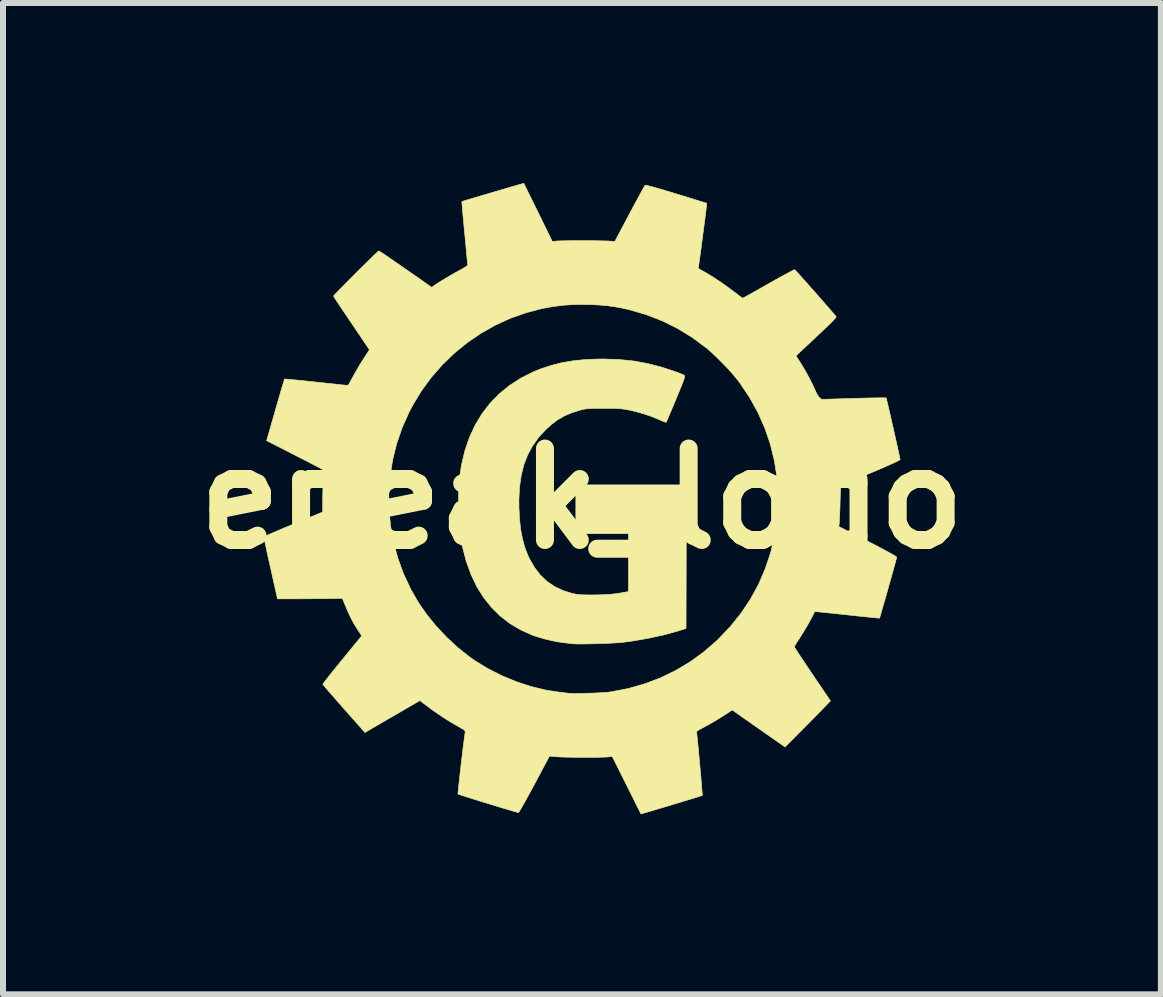
<source format=kicad_pcb>
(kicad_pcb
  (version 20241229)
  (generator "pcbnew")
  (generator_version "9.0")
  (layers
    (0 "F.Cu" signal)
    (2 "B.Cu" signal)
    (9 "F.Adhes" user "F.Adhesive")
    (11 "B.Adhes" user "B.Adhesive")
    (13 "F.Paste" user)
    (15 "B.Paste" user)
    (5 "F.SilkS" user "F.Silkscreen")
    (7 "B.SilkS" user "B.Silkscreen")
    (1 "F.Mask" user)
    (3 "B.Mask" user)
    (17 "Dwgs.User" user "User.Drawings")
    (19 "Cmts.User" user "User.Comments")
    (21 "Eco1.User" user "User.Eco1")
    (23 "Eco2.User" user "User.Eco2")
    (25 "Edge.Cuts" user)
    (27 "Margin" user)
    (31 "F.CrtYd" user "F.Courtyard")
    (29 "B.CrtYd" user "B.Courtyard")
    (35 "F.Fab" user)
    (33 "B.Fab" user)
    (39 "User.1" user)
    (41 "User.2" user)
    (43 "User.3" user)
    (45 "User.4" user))
  (footprint "epeak_logo"
    (layer "F.Cu")
    (at 6.648 5.259)
    (property "Reference" "epeak_logo" (at 0 0 0) (layer "F.SilkS") (effects (font (size 1.524 1.524) (thickness 0.3))))
    (attr through_hole)
    (fp_poly (pts (xy 0.608 -2.319) (xy 0.855 -2.294) (xy 1.095 -2.251) (xy 1.337 -2.188) (xy 1.564 -2.113) (xy 1.618 -2.093) (xy 1.664 -2.074) (xy 1.696 -2.059) (xy 1.706 -2.053) (xy 1.71 -2.046) (xy 1.711 -2.034) (xy 1.706 -2.013) (xy 1.697 -1.981) (xy 1.68 -1.937) (xy 1.657 -1.877) (xy 1.625 -1.799) (xy 1.585 -1.702) (xy 1.567 -1.657) (xy 1.528 -1.565) (xy 1.493 -1.481) (xy 1.461 -1.407) (xy 1.436 -1.346) (xy 1.417 -1.302) (xy 1.405 -1.276) (xy 1.403 -1.271) (xy 1.39 -1.274) (xy 1.359 -1.285) (xy 1.316 -1.303) (xy 1.293 -1.314) (xy 1.157 -1.37) (xy 1.006 -1.42) (xy 0.851 -1.461) (xy 0.785 -1.476) (xy 0.732 -1.486) (xy 0.684 -1.493) (xy 0.634 -1.499) (xy 0.577 -1.502) (xy 0.509 -1.504) (xy 0.424 -1.505) (xy 0.362 -1.505) (xy 0.267 -1.504) (xy 0.193 -1.503) (xy 0.135 -1.501) (xy 0.089 -1.498) (xy 0.05 -1.493) (xy 0.013 -1.486) (xy -0.023 -1.477) (xy -0.166 -1.432) (xy -0.292 -1.379) (xy -0.405 -1.314) (xy -0.513 -1.232) (xy -0.611 -1.143) (xy -0.728 -1.014) (xy -0.826 -0.875) (xy -0.906 -0.726) (xy -0.968 -0.565) (xy -1.012 -0.389) (xy -1.04 -0.198) (xy -1.051 0.011) (xy -1.05 0.159) (xy -1.04 0.348) (xy -1.021 0.518) (xy -0.992 0.67) (xy -0.953 0.811) (xy -0.903 0.942) (xy -0.877 0.997) (xy -0.793 1.145) (xy -0.695 1.273) (xy -0.583 1.379) (xy -0.455 1.466) (xy -0.312 1.533) (xy -0.193 1.571) (xy -0.147 1.583) (xy -0.105 1.592) (xy -0.064 1.598) (xy -0.016 1.602) (xy 0.043 1.604) (xy 0.119 1.605) (xy 0.171 1.605) (xy 0.317 1.603) (xy 0.445 1.597) (xy 0.562 1.585) (xy 0.676 1.567) (xy 0.708 1.561) (xy 0.775 1.548) (xy 0.775 0.584) (xy -0.102 0.584) (xy -0.102 -0.229) (xy 1.74 -0.229) (xy 1.737 0.968) (xy 1.734 2.164) (xy 1.619 2.2) (xy 1.378 2.268) (xy 1.118 2.325) (xy 0.847 2.372) (xy 0.679 2.395) (xy 0.627 2.4) (xy 0.557 2.404) (xy 0.474 2.409) (xy 0.381 2.413) (xy 0.284 2.416) (xy 0.187 2.419) (xy 0.093 2.421) (xy 0.007 2.422) (xy -0.066 2.422) (xy -0.122 2.421) (xy -0.158 2.418) (xy -0.159 2.418) (xy -0.188 2.415) (xy -0.235 2.409) (xy -0.291 2.402) (xy -0.318 2.399) (xy -0.413 2.385) (xy -0.522 2.362) (xy -0.634 2.335) (xy -0.738 2.305) (xy -0.818 2.278) (xy -1.015 2.191) (xy -1.195 2.085) (xy -1.359 1.959) (xy -1.506 1.814) (xy -1.637 1.651) (xy -1.751 1.469) (xy -1.847 1.268) (xy -1.927 1.05) (xy -1.989 0.813) (xy -2.026 0.61) (xy -2.035 0.534) (xy -2.043 0.438) (xy -2.049 0.328) (xy -2.053 0.21) (xy -2.055 0.089) (xy -2.056 -0.029) (xy -2.055 -0.139) (xy -2.051 -0.235) (xy -2.046 -0.308) (xy -2.008 -0.561) (xy -1.951 -0.799) (xy -1.875 -1.021) (xy -1.779 -1.227) (xy -1.664 -1.417) (xy -1.53 -1.591) (xy -1.378 -1.747) (xy -1.207 -1.886) (xy -1.018 -2.008) (xy -0.812 -2.112) (xy -0.686 -2.163) (xy -0.512 -2.22) (xy -0.334 -2.265) (xy -0.147 -2.297) (xy 0.053 -2.317) (xy 0.27 -2.326) (xy 0.349 -2.327) (xy 0.608 -2.319)) (stroke (width 0.01) (type solid)) (fill yes) (layer "F.SilkS"))
    (fp_poly (pts (xy -0.964 -5.242) (xy -0.948 -5.21) (xy -0.923 -5.16) (xy -0.891 -5.094) (xy -0.852 -5.015) (xy -0.808 -4.925) (xy -0.759 -4.826) (xy -0.731 -4.769) (xy -0.495 -4.286) (xy -0.416 -4.293) (xy -0.381 -4.294) (xy -0.325 -4.296) (xy -0.253 -4.297) (xy -0.17 -4.298) (xy -0.079 -4.299) (xy -0.013 -4.299) (xy 0.083 -4.299) (xy 0.178 -4.298) (xy 0.267 -4.297) (xy 0.343 -4.295) (xy 0.403 -4.294) (xy 0.429 -4.293) (xy 0.548 -4.286) (xy 0.793 -4.748) (xy 0.846 -4.848) (xy 0.896 -4.941) (xy 0.942 -5.025) (xy 0.981 -5.097) (xy 1.013 -5.155) (xy 1.036 -5.196) (xy 1.049 -5.219) (xy 1.051 -5.222) (xy 1.067 -5.222) (xy 1.106 -5.213) (xy 1.169 -5.197) (xy 1.254 -5.173) (xy 1.362 -5.142) (xy 1.492 -5.103) (xy 1.57 -5.079) (xy 1.678 -5.046) (xy 1.779 -5.015) (xy 1.869 -4.987) (xy 1.946 -4.963) (xy 2.008 -4.944) (xy 2.052 -4.931) (xy 2.076 -4.923) (xy 2.079 -4.922) (xy 2.078 -4.91) (xy 2.075 -4.875) (xy 2.068 -4.821) (xy 2.06 -4.752) (xy 2.05 -4.67) (xy 2.038 -4.579) (xy 2.025 -4.482) (xy 2.012 -4.382) (xy 1.999 -4.282) (xy 1.986 -4.185) (xy 1.974 -4.094) (xy 1.963 -4.014) (xy 1.953 -3.946) (xy 1.946 -3.894) (xy 1.94 -3.861) (xy 1.938 -3.85) (xy 1.943 -3.837) (xy 1.967 -3.818) (xy 1.984 -3.809) (xy 2.078 -3.757) (xy 2.187 -3.69) (xy 2.304 -3.613) (xy 2.424 -3.528) (xy 2.545 -3.438) (xy 2.577 -3.414) (xy 2.618 -3.382) (xy 2.652 -3.357) (xy 2.674 -3.342) (xy 2.678 -3.34) (xy 2.691 -3.346) (xy 2.723 -3.364) (xy 2.772 -3.391) (xy 2.836 -3.426) (xy 2.912 -3.469) (xy 2.998 -3.518) (xy 3.092 -3.571) (xy 3.11 -3.581) (xy 3.205 -3.635) (xy 3.292 -3.684) (xy 3.371 -3.727) (xy 3.438 -3.763) (xy 3.491 -3.791) (xy 3.527 -3.809) (xy 3.543 -3.816) (xy 3.544 -3.816) (xy 3.556 -3.804) (xy 3.582 -3.776) (xy 3.62 -3.734) (xy 3.668 -3.681) (xy 3.725 -3.618) (xy 3.786 -3.548) (xy 3.852 -3.474) (xy 3.918 -3.399) (xy 3.984 -3.324) (xy 4.046 -3.253) (xy 4.103 -3.187) (xy 4.153 -3.13) (xy 4.193 -3.083) (xy 4.221 -3.05) (xy 4.236 -3.032) (xy 4.237 -3.03) (xy 4.229 -3.017) (xy 4.205 -2.989) (xy 4.165 -2.947) (xy 4.111 -2.893) (xy 4.045 -2.829) (xy 3.968 -2.756) (xy 3.947 -2.737) (xy 3.873 -2.667) (xy 3.803 -2.601) (xy 3.739 -2.542) (xy 3.685 -2.491) (xy 3.643 -2.452) (xy 3.616 -2.426) (xy 3.609 -2.42) (xy 3.567 -2.379) (xy 3.655 -2.241) (xy 3.72 -2.133) (xy 3.784 -2.016) (xy 3.843 -1.9) (xy 3.892 -1.792) (xy 3.898 -1.778) (xy 3.92 -1.735) (xy 3.945 -1.697) (xy 3.961 -1.681) (xy 3.995 -1.654) (xy 4.528 -1.67) (xy 4.642 -1.673) (xy 4.748 -1.676) (xy 4.843 -1.678) (xy 4.925 -1.679) (xy 4.991 -1.68) (xy 5.038 -1.679) (xy 5.064 -1.679) (xy 5.068 -1.678) (xy 5.072 -1.665) (xy 5.081 -1.63) (xy 5.094 -1.576) (xy 5.11 -1.508) (xy 5.129 -1.427) (xy 5.149 -1.337) (xy 5.171 -1.242) (xy 5.193 -1.144) (xy 5.215 -1.047) (xy 5.236 -0.954) (xy 5.255 -0.867) (xy 5.272 -0.791) (xy 5.286 -0.728) (xy 5.295 -0.682) (xy 5.3 -0.655) (xy 5.301 -0.651) (xy 5.29 -0.642) (xy 5.256 -0.624) (xy 5.201 -0.597) (xy 5.125 -0.563) (xy 5.03 -0.521) (xy 4.917 -0.473) (xy 4.832 -0.437) (xy 4.729 -0.394) (xy 4.632 -0.354) (xy 4.544 -0.318) (xy 4.468 -0.286) (xy 4.407 -0.261) (xy 4.363 -0.244) (xy 4.339 -0.235) (xy 4.336 -0.234) (xy 4.327 -0.231) (xy 4.321 -0.224) (xy 4.316 -0.212) (xy 4.312 -0.19) (xy 4.309 -0.155) (xy 4.306 -0.105) (xy 4.304 -0.037) (xy 4.301 0.053) (xy 4.301 0.08) (xy 4.298 0.168) (xy 4.295 0.25) (xy 4.292 0.32) (xy 4.289 0.376) (xy 4.287 0.413) (xy 4.285 0.425) (xy 4.279 0.464) (xy 4.762 0.711) (xy 4.864 0.763) (xy 4.959 0.813) (xy 5.044 0.858) (xy 5.117 0.898) (xy 5.176 0.931) (xy 5.218 0.955) (xy 5.241 0.971) (xy 5.245 0.975) (xy 5.242 0.989) (xy 5.232 1.025) (xy 5.218 1.078) (xy 5.199 1.147) (xy 5.177 1.227) (xy 5.152 1.317) (xy 5.125 1.411) (xy 5.098 1.508) (xy 5.071 1.604) (xy 5.045 1.696) (xy 5.02 1.781) (xy 4.999 1.856) (xy 4.981 1.917) (xy 4.968 1.962) (xy 4.96 1.987) (xy 4.959 1.991) (xy 4.946 1.991) (xy 4.911 1.988) (xy 4.855 1.982) (xy 4.782 1.975) (xy 4.695 1.966) (xy 4.595 1.956) (xy 4.485 1.944) (xy 4.419 1.937) (xy 4.306 1.925) (xy 4.2 1.913) (xy 4.105 1.904) (xy 4.023 1.895) (xy 3.957 1.889) (xy 3.91 1.884) (xy 3.884 1.882) (xy 3.88 1.882) (xy 3.873 1.895) (xy 3.858 1.924) (xy 3.838 1.963) (xy 3.837 1.965) (xy 3.795 2.043) (xy 3.744 2.134) (xy 3.687 2.229) (xy 3.631 2.319) (xy 3.603 2.362) (xy 3.574 2.405) (xy 3.553 2.441) (xy 3.541 2.465) (xy 3.539 2.47) (xy 3.546 2.483) (xy 3.566 2.514) (xy 3.597 2.563) (xy 3.638 2.625) (xy 3.688 2.7) (xy 3.744 2.784) (xy 3.806 2.876) (xy 3.84 2.927) (xy 4.141 3.371) (xy 4.048 3.466) (xy 4.016 3.5) (xy 3.969 3.548) (xy 3.91 3.608) (xy 3.842 3.676) (xy 3.77 3.75) (xy 3.695 3.826) (xy 3.67 3.851) (xy 3.385 4.139) (xy 3.048 3.904) (xy 2.961 3.843) (xy 2.875 3.783) (xy 2.794 3.726) (xy 2.722 3.676) (xy 2.663 3.634) (xy 2.619 3.603) (xy 2.608 3.595) (xy 2.504 3.521) (xy 2.43 3.571) (xy 2.365 3.613) (xy 2.287 3.662) (xy 2.204 3.712) (xy 2.121 3.76) (xy 2.047 3.801) (xy 1.994 3.829) (xy 1.949 3.853) (xy 1.923 3.87) (xy 1.911 3.885) (xy 1.91 3.9) (xy 1.911 3.902) (xy 1.914 3.924) (xy 1.919 3.967) (xy 1.925 4.028) (xy 1.932 4.102) (xy 1.941 4.188) (xy 1.949 4.282) (xy 1.958 4.38) (xy 1.967 4.48) (xy 1.976 4.578) (xy 1.984 4.671) (xy 1.991 4.756) (xy 1.997 4.829) (xy 2.001 4.887) (xy 2.004 4.927) (xy 2.004 4.946) (xy 2.004 4.947) (xy 1.991 4.952) (xy 1.956 4.963) (xy 1.903 4.98) (xy 1.833 5.001) (xy 1.75 5.026) (xy 1.655 5.055) (xy 1.553 5.086) (xy 1.446 5.118) (xy 1.335 5.151) (xy 1.225 5.184) (xy 1.117 5.216) (xy 1.047 5.236) (xy 0.983 5.255) (xy 0.743 4.774) (xy 0.503 4.294) (xy 0.445 4.303) (xy 0.412 4.306) (xy 0.359 4.308) (xy 0.288 4.31) (xy 0.204 4.311) (xy 0.111 4.311) (xy 0.014 4.311) (xy -0.085 4.311) (xy -0.179 4.31) (xy -0.266 4.308) (xy -0.341 4.306) (xy -0.4 4.303) (xy -0.427 4.301) (xy -0.542 4.291) (xy -0.793 4.762) (xy -0.847 4.862) (xy -0.898 4.955) (xy -0.944 5.039) (xy -0.984 5.11) (xy -1.016 5.167) (xy -1.041 5.208) (xy -1.055 5.229) (xy -1.059 5.232) (xy -1.074 5.228) (xy -1.111 5.218) (xy -1.165 5.202) (xy -1.234 5.182) (xy -1.315 5.158) (xy -1.404 5.131) (xy -1.498 5.102) (xy -1.594 5.073) (xy -1.689 5.044) (xy -1.78 5.015) (xy -1.864 4.989) (xy -1.937 4.966) (xy -1.996 4.947) (xy -2.039 4.933) (xy -2.063 4.925) (xy -2.066 4.923) (xy -2.066 4.91) (xy -2.063 4.875) (xy -2.058 4.821) (xy -2.05 4.751) (xy -2.041 4.669) (xy -2.031 4.578) (xy -2.02 4.482) (xy -2.009 4.383) (xy -1.997 4.285) (xy -1.986 4.191) (xy -1.975 4.104) (xy -1.965 4.027) (xy -1.957 3.965) (xy -1.95 3.919) (xy -1.948 3.904) (xy -1.946 3.884) (xy -1.95 3.869) (xy -1.964 3.854) (xy -1.993 3.836) (xy -2.04 3.809) (xy -2.04 3.809) (xy -2.174 3.732) (xy -2.315 3.644) (xy -2.454 3.549) (xy -2.558 3.473) (xy -2.702 3.365) (xy -3.119 3.608) (xy -3.215 3.663) (xy -3.304 3.715) (xy -3.386 3.763) (xy -3.456 3.804) (xy -3.513 3.837) (xy -3.554 3.861) (xy -3.575 3.874) (xy -3.576 3.874) (xy -3.615 3.898) (xy -3.966 3.502) (xy -4.041 3.417) (xy -4.11 3.337) (xy -4.173 3.265) (xy -4.227 3.204) (xy -4.27 3.154) (xy -4.3 3.118) (xy -4.316 3.097) (xy -4.319 3.094) (xy -4.312 3.082) (xy -4.29 3.053) (xy -4.256 3.008) (xy -4.21 2.95) (xy -4.155 2.881) (xy -4.092 2.803) (xy -4.024 2.719) (xy -3.996 2.685) (xy -3.67 2.287) (xy -3.739 2.182) (xy -3.783 2.112) (xy -3.82 2.047) (xy -3.855 1.98) (xy -3.891 1.903) (xy -3.931 1.811) (xy -3.936 1.799) (xy -3.994 1.661) (xy -4.261 1.666) (xy -4.364 1.667) (xy -4.482 1.668) (xy -4.605 1.669) (xy -4.722 1.67) (xy -4.801 1.67) (xy -5.074 1.67) (xy -5.189 1.156) (xy -5.214 1.045) (xy -5.237 0.943) (xy -5.257 0.85) (xy -5.274 0.771) (xy -5.288 0.708) (xy -5.297 0.663) (xy -5.301 0.638) (xy -5.302 0.635) (xy -5.29 0.629) (xy -5.256 0.614) (xy -5.205 0.592) (xy -5.137 0.563) (xy -5.055 0.528) (xy -4.963 0.489) (xy -4.861 0.447) (xy -4.81 0.426) (xy -4.321 0.223) (xy -4.32 -0.025) (xy -4.319 -0.094) (xy -3.219 -0.094) (xy -3.216 0.182) (xy -3.189 0.457) (xy -3.14 0.729) (xy -3.067 0.996) (xy -2.972 1.257) (xy -2.853 1.51) (xy -2.726 1.731) (xy -2.588 1.93) (xy -2.43 2.125) (xy -2.255 2.31) (xy -2.07 2.482) (xy -1.878 2.635) (xy -1.781 2.703) (xy -1.562 2.836) (xy -1.33 2.953) (xy -1.088 3.053) (xy -0.842 3.133) (xy -0.596 3.192) (xy -0.381 3.225) (xy -0.324 3.231) (xy -0.272 3.238) (xy -0.233 3.242) (xy -0.222 3.244) (xy -0.186 3.246) (xy -0.129 3.248) (xy -0.057 3.247) (xy 0.026 3.246) (xy 0.115 3.243) (xy 0.205 3.24) (xy 0.291 3.236) (xy 0.369 3.231) (xy 0.433 3.226) (xy 0.476 3.221) (xy 0.764 3.166) (xy 1.041 3.088) (xy 1.307 2.987) (xy 1.562 2.864) (xy 1.804 2.719) (xy 2.034 2.552) (xy 2.25 2.364) (xy 2.272 2.343) (xy 2.473 2.131) (xy 2.653 1.907) (xy 2.81 1.671) (xy 2.945 1.423) (xy 3.056 1.163) (xy 3.146 0.893) (xy 3.212 0.612) (xy 3.246 0.394) (xy 3.254 0.314) (xy 3.259 0.216) (xy 3.263 0.107) (xy 3.264 -0.007) (xy 3.263 -0.118) (xy 3.26 -0.221) (xy 3.255 -0.308) (xy 3.252 -0.338) (xy 3.207 -0.628) (xy 3.139 -0.907) (xy 3.047 -1.176) (xy 2.932 -1.435) (xy 2.794 -1.685) (xy 2.632 -1.926) (xy 2.58 -1.994) (xy 2.517 -2.07) (xy 2.44 -2.157) (xy 2.353 -2.248) (xy 2.263 -2.338) (xy 2.175 -2.422) (xy 2.094 -2.494) (xy 2.067 -2.516) (xy 1.834 -2.688) (xy 1.59 -2.837) (xy 1.336 -2.963) (xy 1.071 -3.066) (xy 0.796 -3.146) (xy 0.781 -3.15) (xy 0.651 -3.179) (xy 0.53 -3.2) (xy 0.41 -3.216) (xy 0.283 -3.227) (xy 0.14 -3.233) (xy 0.108 -3.234) (xy -0.099 -3.235) (xy -0.292 -3.224) (xy -0.482 -3.201) (xy -0.662 -3.168) (xy -0.931 -3.098) (xy -1.193 -3.005) (xy -1.445 -2.89) (xy -1.686 -2.753) (xy -1.915 -2.597) (xy -2.13 -2.421) (xy -2.329 -2.228) (xy -2.513 -2.018) (xy -2.678 -1.792) (xy -2.823 -1.552) (xy -2.882 -1.439) (xy -2.997 -1.18) (xy -3.088 -0.915) (xy -3.155 -0.645) (xy -3.199 -0.37) (xy -3.219 -0.094) (xy -4.319 -0.094) (xy -4.318 -0.11) (xy -4.316 -0.194) (xy -4.314 -0.27) (xy -4.311 -0.332) (xy -4.308 -0.372) (xy -4.298 -0.471) (xy -4.362 -0.507) (xy -4.388 -0.521) (xy -4.434 -0.545) (xy -4.496 -0.577) (xy -4.572 -0.617) (xy -4.658 -0.661) (xy -4.752 -0.709) (xy -4.84 -0.754) (xy -5.255 -0.966) (xy -5.108 -1.477) (xy -5.077 -1.586) (xy -5.047 -1.687) (xy -5.021 -1.779) (xy -4.998 -1.857) (xy -4.979 -1.92) (xy -4.966 -1.965) (xy -4.959 -1.989) (xy -4.957 -1.993) (xy -4.944 -1.993) (xy -4.908 -1.99) (xy -4.853 -1.985) (xy -4.78 -1.978) (xy -4.693 -1.97) (xy -4.594 -1.959) (xy -4.486 -1.948) (xy -4.448 -1.944) (xy -4.337 -1.932) (xy -4.233 -1.921) (xy -4.139 -1.911) (xy -4.058 -1.902) (xy -3.994 -1.895) (xy -3.947 -1.891) (xy -3.923 -1.888) (xy -3.92 -1.888) (xy -3.894 -1.895) (xy -3.885 -1.905) (xy -3.875 -1.923) (xy -3.856 -1.959) (xy -3.83 -2.006) (xy -3.802 -2.057) (xy -3.765 -2.123) (xy -3.72 -2.2) (xy -3.673 -2.278) (xy -3.636 -2.335) (xy -3.542 -2.48) (xy -3.576 -2.532) (xy -3.591 -2.555) (xy -3.619 -2.595) (xy -3.657 -2.651) (xy -3.703 -2.721) (xy -3.757 -2.8) (xy -3.815 -2.886) (xy -3.875 -2.975) (xy -3.935 -3.064) (xy -3.991 -3.146) (xy -4.039 -3.219) (xy -4.08 -3.281) (xy -4.112 -3.329) (xy -4.132 -3.361) (xy -4.14 -3.375) (xy -4.14 -3.375) (xy -4.132 -3.386) (xy -4.107 -3.413) (xy -4.069 -3.452) (xy -4.02 -3.503) (xy -3.961 -3.562) (xy -3.896 -3.628) (xy -3.827 -3.697) (xy -3.756 -3.769) (xy -3.685 -3.84) (xy -3.616 -3.907) (xy -3.552 -3.97) (xy -3.496 -4.025) (xy -3.449 -4.071) (xy -3.413 -4.105) (xy -3.392 -4.124) (xy -3.386 -4.128) (xy -3.374 -4.121) (xy -3.344 -4.103) (xy -3.296 -4.071) (xy -3.23 -4.026) (xy -3.146 -3.968) (xy -3.042 -3.896) (xy -2.918 -3.81) (xy -2.774 -3.71) (xy -2.734 -3.682) (xy -2.503 -3.52) (xy -2.471 -3.545) (xy -2.438 -3.568) (xy -2.387 -3.601) (xy -2.324 -3.64) (xy -2.252 -3.683) (xy -2.178 -3.727) (xy -2.104 -3.769) (xy -2.041 -3.803) (xy -1.989 -3.832) (xy -1.946 -3.858) (xy -1.916 -3.879) (xy -1.905 -3.89) (xy -1.905 -3.89) (xy -1.906 -3.906) (xy -1.91 -3.944) (xy -1.915 -4.002) (xy -1.922 -4.077) (xy -1.93 -4.166) (xy -1.94 -4.267) (xy -1.95 -4.376) (xy -1.955 -4.426) (xy -1.966 -4.538) (xy -1.975 -4.642) (xy -1.984 -4.735) (xy -1.991 -4.815) (xy -1.996 -4.879) (xy -2 -4.924) (xy -2.001 -4.947) (xy -2.001 -4.95) (xy -1.989 -4.954) (xy -1.955 -4.965) (xy -1.903 -4.981) (xy -1.836 -5.001) (xy -1.757 -5.024) (xy -1.669 -5.05) (xy -1.575 -5.078) (xy -1.478 -5.107) (xy -1.381 -5.135) (xy -1.288 -5.162) (xy -1.201 -5.188) (xy -1.124 -5.21) (xy -1.059 -5.229) (xy -1.009 -5.243) (xy -0.979 -5.251) (xy -0.969 -5.254) (xy -0.964 -5.242)) (stroke (width 0.01) (type solid)) (fill yes) (layer "F.SilkS")))
  (gr_rect
    (start -3 -3)
    (end 16.295 13.519)
    (stroke (width 0.1) (type default))
    (fill no)
    (layer "Edge.Cuts")))
</source>
